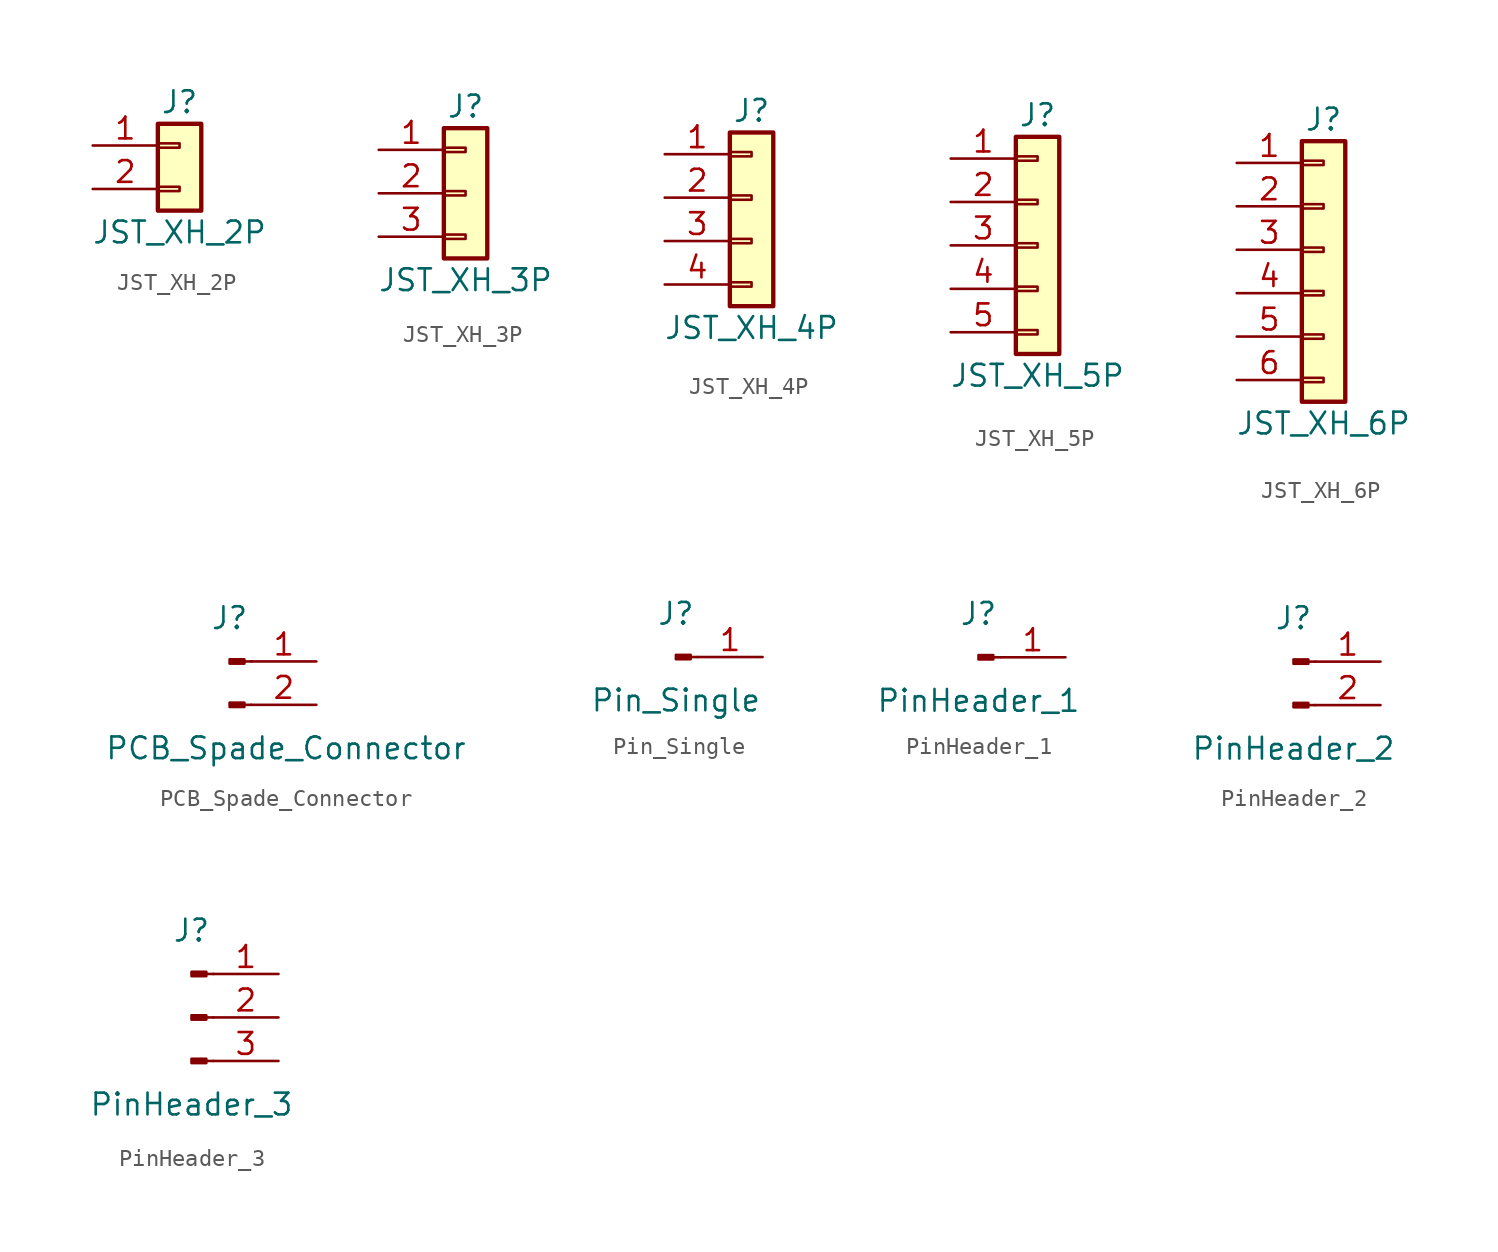
<source format=kicad_sym>
(kicad_symbol_lib
  (version 20220914)
  (generator kicad_symbol_editor)
  (symbol "JST_XH_2P"
    (pin_names
      (offset 1.016) hide)
    (property "Reference" "J"
      (at 0 2.54 0)
      (effects (font (size 1.27 1.27))))
    (property "Value" "JST_XH_2P"
      (at 0 -5.08 0)
      (effects (font (size 1.27 1.27))))
    (symbol "JST_XH_2P_1_1"
      (rectangle (start -1.27 -2.413) (end 0 -2.667) (stroke (width 0.152) (type default)) (fill (type none)))
      (rectangle (start -1.27 0.127) (end 0 -0.127) (stroke (width 0.152) (type default)) (fill (type none)))
      (rectangle (start -1.27 1.27) (end 1.27 -3.81) (stroke (width 0.254) (type default)) (fill (type background)))
      (pin passive line (at -5.08 0 0) (length 3.81) (name "Pin_1" (effects (font (size 1.27 1.27)))) (number "1" (effects (font (size 1.27 1.27)))))
      (pin passive line (at -5.08 -2.54 0) (length 3.81) (name "Pin_2" (effects (font (size 1.27 1.27)))) (number "2" (effects (font (size 1.27 1.27)))))))
  (symbol "JST_XH_3P"
    (pin_names
      (offset 1.016) hide)
    (property "Reference" "J"
      (at 0 5.08 0)
      (effects (font (size 1.27 1.27))))
    (property "Value" "JST_XH_3P"
      (at 0 -5.08 0)
      (effects (font (size 1.27 1.27))))
    (symbol "JST_XH_3P_1_1"
      (rectangle (start -1.27 -2.413) (end 0 -2.667) (stroke (width 0.152) (type default)) (fill (type none)))
      (rectangle (start -1.27 0.127) (end 0 -0.127) (stroke (width 0.152) (type default)) (fill (type none)))
      (rectangle (start -1.27 2.667) (end 0 2.413) (stroke (width 0.152) (type default)) (fill (type none)))
      (rectangle (start -1.27 3.81) (end 1.27 -3.81) (stroke (width 0.254) (type default)) (fill (type background)))
      (pin passive line (at -5.08 2.54 0) (length 3.81) (name "Pin_1" (effects (font (size 1.27 1.27)))) (number "1" (effects (font (size 1.27 1.27)))))
      (pin passive line (at -5.08 0 0) (length 3.81) (name "Pin_2" (effects (font (size 1.27 1.27)))) (number "2" (effects (font (size 1.27 1.27)))))
      (pin passive line (at -5.08 -2.54 0) (length 3.81) (name "Pin_3" (effects (font (size 1.27 1.27)))) (number "3" (effects (font (size 1.27 1.27)))))))
  (symbol "JST_XH_4P"
    (pin_names
      (offset 1.016) hide)
    (property "Reference" "J"
      (at 0 5.08 0)
      (effects (font (size 1.27 1.27))))
    (property "Value" "JST_XH_4P"
      (at 0 -7.62 0)
      (effects (font (size 1.27 1.27))))
    (symbol "JST_XH_4P_1_1"
      (rectangle (start -1.27 -4.953) (end 0 -5.207) (stroke (width 0.152) (type default)) (fill (type none)))
      (rectangle (start -1.27 -2.413) (end 0 -2.667) (stroke (width 0.152) (type default)) (fill (type none)))
      (rectangle (start -1.27 0.127) (end 0 -0.127) (stroke (width 0.152) (type default)) (fill (type none)))
      (rectangle (start -1.27 2.667) (end 0 2.413) (stroke (width 0.152) (type default)) (fill (type none)))
      (rectangle (start -1.27 3.81) (end 1.27 -6.35) (stroke (width 0.254) (type default)) (fill (type background)))
      (pin passive line (at -5.08 2.54 0) (length 3.81) (name "Pin_1" (effects (font (size 1.27 1.27)))) (number "1" (effects (font (size 1.27 1.27)))))
      (pin passive line (at -5.08 0 0) (length 3.81) (name "Pin_2" (effects (font (size 1.27 1.27)))) (number "2" (effects (font (size 1.27 1.27)))))
      (pin passive line (at -5.08 -2.54 0) (length 3.81) (name "Pin_3" (effects (font (size 1.27 1.27)))) (number "3" (effects (font (size 1.27 1.27)))))
      (pin passive line (at -5.08 -5.08 0) (length 3.81) (name "Pin_4" (effects (font (size 1.27 1.27)))) (number "4" (effects (font (size 1.27 1.27)))))))
  (symbol "JST_XH_5P"
    (pin_names
      (offset 1.016) hide)
    (property "Reference" "J"
      (at 0 7.62 0)
      (effects (font (size 1.27 1.27))))
    (property "Value" "JST_XH_5P"
      (at 0 -7.62 0)
      (effects (font (size 1.27 1.27))))
    (symbol "JST_XH_5P_1_1"
      (rectangle (start -1.27 -4.953) (end 0 -5.207) (stroke (width 0.152) (type default)) (fill (type none)))
      (rectangle (start -1.27 -2.413) (end 0 -2.667) (stroke (width 0.152) (type default)) (fill (type none)))
      (rectangle (start -1.27 0.127) (end 0 -0.127) (stroke (width 0.152) (type default)) (fill (type none)))
      (rectangle (start -1.27 2.667) (end 0 2.413) (stroke (width 0.152) (type default)) (fill (type none)))
      (rectangle (start -1.27 5.207) (end 0 4.953) (stroke (width 0.152) (type default)) (fill (type none)))
      (rectangle (start -1.27 6.35) (end 1.27 -6.35) (stroke (width 0.254) (type default)) (fill (type background)))
      (pin passive line (at -5.08 5.08 0) (length 3.81) (name "Pin_1" (effects (font (size 1.27 1.27)))) (number "1" (effects (font (size 1.27 1.27)))))
      (pin passive line (at -5.08 2.54 0) (length 3.81) (name "Pin_2" (effects (font (size 1.27 1.27)))) (number "2" (effects (font (size 1.27 1.27)))))
      (pin passive line (at -5.08 0 0) (length 3.81) (name "Pin_3" (effects (font (size 1.27 1.27)))) (number "3" (effects (font (size 1.27 1.27)))))
      (pin passive line (at -5.08 -2.54 0) (length 3.81) (name "Pin_4" (effects (font (size 1.27 1.27)))) (number "4" (effects (font (size 1.27 1.27)))))
      (pin passive line (at -5.08 -5.08 0) (length 3.81) (name "Pin_5" (effects (font (size 1.27 1.27)))) (number "5" (effects (font (size 1.27 1.27)))))))
  (symbol "JST_XH_6P"
    (pin_names
      (offset 1.016) hide)
    (property "Reference" "J"
      (at 0 7.62 0)
      (effects (font (size 1.27 1.27))))
    (property "Value" "JST_XH_6P"
      (at 0 -10.16 0)
      (effects (font (size 1.27 1.27))))
    (symbol "JST_XH_6P_1_1"
      (rectangle (start -1.27 -7.493) (end 0 -7.747) (stroke (width 0.152) (type default)) (fill (type none)))
      (rectangle (start -1.27 -4.953) (end 0 -5.207) (stroke (width 0.152) (type default)) (fill (type none)))
      (rectangle (start -1.27 -2.413) (end 0 -2.667) (stroke (width 0.152) (type default)) (fill (type none)))
      (rectangle (start -1.27 0.127) (end 0 -0.127) (stroke (width 0.152) (type default)) (fill (type none)))
      (rectangle (start -1.27 2.667) (end 0 2.413) (stroke (width 0.152) (type default)) (fill (type none)))
      (rectangle (start -1.27 5.207) (end 0 4.953) (stroke (width 0.152) (type default)) (fill (type none)))
      (rectangle (start -1.27 6.35) (end 1.27 -8.89) (stroke (width 0.254) (type default)) (fill (type background)))
      (pin passive line (at -5.08 5.08 0) (length 3.81) (name "Pin_1" (effects (font (size 1.27 1.27)))) (number "1" (effects (font (size 1.27 1.27)))))
      (pin passive line (at -5.08 2.54 0) (length 3.81) (name "Pin_2" (effects (font (size 1.27 1.27)))) (number "2" (effects (font (size 1.27 1.27)))))
      (pin passive line (at -5.08 0 0) (length 3.81) (name "Pin_3" (effects (font (size 1.27 1.27)))) (number "3" (effects (font (size 1.27 1.27)))))
      (pin passive line (at -5.08 -2.54 0) (length 3.81) (name "Pin_4" (effects (font (size 1.27 1.27)))) (number "4" (effects (font (size 1.27 1.27)))))
      (pin passive line (at -5.08 -5.08 0) (length 3.81) (name "Pin_5" (effects (font (size 1.27 1.27)))) (number "5" (effects (font (size 1.27 1.27)))))
      (pin passive line (at -5.08 -7.62 0) (length 3.81) (name "Pin_6" (effects (font (size 1.27 1.27)))) (number "6" (effects (font (size 1.27 1.27)))))))
  (symbol "PCB_Spade_Connector"
    (pin_names
      (offset 1.016) hide)
    (property "Reference" "J"
      (at 0 2.54 0)
      (effects (font (size 1.27 1.27))))
    (property "Value" "PCB_Spade_Connector"
      (at 3.302 -5.08 0)
      (effects (font (size 1.27 1.27))))
    (symbol "PCB_Spade_Connector_1_1"
      (polyline (pts (xy 1.27 -2.54) (xy 0.864 -2.54)) (stroke (width 0.152) (type default)) (fill (type none)))
      (polyline (pts (xy 1.27 0) (xy 0.864 0)) (stroke (width 0.152) (type default)) (fill (type none)))
      (rectangle (start 0.864 -2.413) (end 0 -2.667) (stroke (width 0.152) (type default)) (fill (type outline)))
      (rectangle (start 0.864 0.127) (end 0 -0.127) (stroke (width 0.152) (type default)) (fill (type outline)))
      (pin passive line (at 5.08 0 180) (length 3.81) (name "Pin_1" (effects (font (size 1.27 1.27)))) (number "1" (effects (font (size 1.27 1.27)))))
      (pin passive line (at 5.08 -2.54 180) (length 3.81) (name "Pin_2" (effects (font (size 1.27 1.27)))) (number "2" (effects (font (size 1.27 1.27)))))))
  (symbol "Pin_Single"
    (pin_names
      (offset 1.016) hide)
    (property "Reference" "J"
      (at 0 2.54 0)
      (effects (font (size 1.27 1.27))))
    (property "Value" "Pin_Single"
      (at 0 -2.54 0)
      (effects (font (size 1.27 1.27))))
    (symbol "Pin_Single_1_1"
      (polyline (pts (xy 1.27 0) (xy 0.864 0)) (stroke (width 0.152) (type default)) (fill (type none)))
      (rectangle (start 0.864 0.127) (end 0 -0.127) (stroke (width 0.152) (type default)) (fill (type outline)))
      (pin passive line (at 5.08 0 180) (length 3.81) (name "Pin_1" (effects (font (size 1.27 1.27)))) (number "1" (effects (font (size 1.27 1.27)))))))
  (symbol "PinHeader_1"
    (pin_names
      (offset 1.016) hide)
    (property "Reference" "J"
      (at 0 2.54 0)
      (effects (font (size 1.27 1.27))))
    (property "Value" "PinHeader_1"
      (at 0 -2.54 0)
      (effects (font (size 1.27 1.27))))
    (symbol "PinHeader_1_1_1"
      (polyline (pts (xy 1.27 0) (xy 0.864 0)) (stroke (width 0.152) (type default)) (fill (type none)))
      (rectangle (start 0.864 0.127) (end 0 -0.127) (stroke (width 0.152) (type default)) (fill (type outline)))
      (pin passive line (at 5.08 0 180) (length 3.81) (name "Pin_1" (effects (font (size 1.27 1.27)))) (number "1" (effects (font (size 1.27 1.27)))))))
  (symbol "PinHeader_2"
    (pin_names
      (offset 1.016) hide)
    (property "Reference" "J"
      (at 0 2.54 0)
      (effects (font (size 1.27 1.27))))
    (property "Value" "PinHeader_2"
      (at 0 -5.08 0)
      (effects (font (size 1.27 1.27))))
    (symbol "PinHeader_2_1_1"
      (polyline (pts (xy 1.27 -2.54) (xy 0.864 -2.54)) (stroke (width 0.152) (type default)) (fill (type none)))
      (polyline (pts (xy 1.27 0) (xy 0.864 0)) (stroke (width 0.152) (type default)) (fill (type none)))
      (rectangle (start 0.864 -2.413) (end 0 -2.667) (stroke (width 0.152) (type default)) (fill (type outline)))
      (rectangle (start 0.864 0.127) (end 0 -0.127) (stroke (width 0.152) (type default)) (fill (type outline)))
      (pin passive line (at 5.08 0 180) (length 3.81) (name "Pin_1" (effects (font (size 1.27 1.27)))) (number "1" (effects (font (size 1.27 1.27)))))
      (pin passive line (at 5.08 -2.54 180) (length 3.81) (name "Pin_2" (effects (font (size 1.27 1.27)))) (number "2" (effects (font (size 1.27 1.27)))))))
  (symbol "PinHeader_3"
    (pin_names
      (offset 1.016) hide)
    (property "Reference" "J"
      (at 0 5.08 0)
      (effects (font (size 1.27 1.27))))
    (property "Value" "PinHeader_3"
      (at 0 -5.08 0)
      (effects (font (size 1.27 1.27))))
    (symbol "PinHeader_3_1_1"
      (polyline (pts (xy 1.27 -2.54) (xy 0.864 -2.54)) (stroke (width 0.152) (type default)) (fill (type none)))
      (polyline (pts (xy 1.27 0) (xy 0.864 0)) (stroke (width 0.152) (type default)) (fill (type none)))
      (polyline (pts (xy 1.27 2.54) (xy 0.864 2.54)) (stroke (width 0.152) (type default)) (fill (type none)))
      (rectangle (start 0.864 -2.413) (end 0 -2.667) (stroke (width 0.152) (type default)) (fill (type outline)))
      (rectangle (start 0.864 0.127) (end 0 -0.127) (stroke (width 0.152) (type default)) (fill (type outline)))
      (rectangle (start 0.864 2.667) (end 0 2.413) (stroke (width 0.152) (type default)) (fill (type outline)))
      (pin passive line (at 5.08 2.54 180) (length 3.81) (name "Pin_1" (effects (font (size 1.27 1.27)))) (number "1" (effects (font (size 1.27 1.27)))))
      (pin passive line (at 5.08 0 180) (length 3.81) (name "Pin_2" (effects (font (size 1.27 1.27)))) (number "2" (effects (font (size 1.27 1.27)))))
      (pin passive line (at 5.08 -2.54 180) (length 3.81) (name "Pin_3" (effects (font (size 1.27 1.27)))) (number "3" (effects (font (size 1.27 1.27))))))))
</source>
